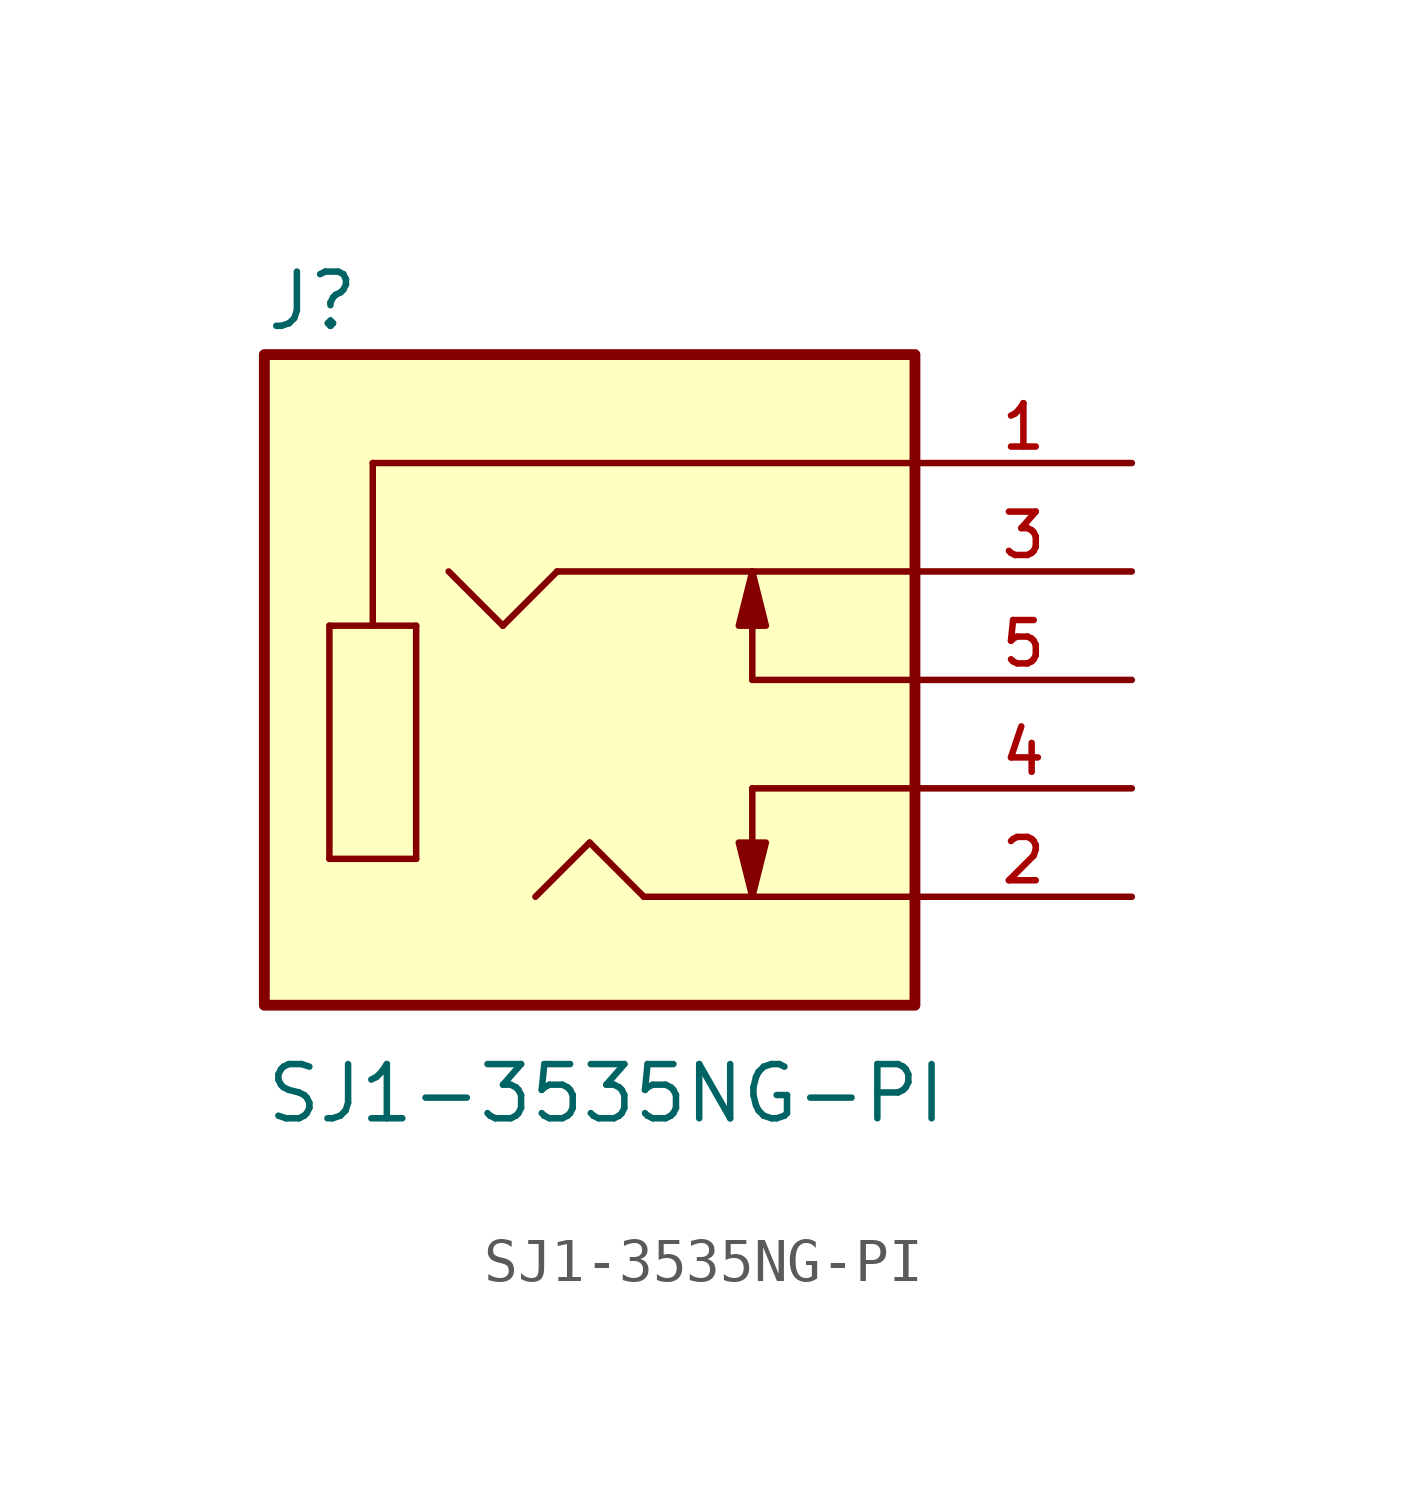
<source format=kicad_sym>
(kicad_symbol_lib
  (version 20211014)
  (generator kicad_symbol_editor)
  (symbol "SJ1-3535NG-PI"
    (pin_names
      (offset 1.016))
    (property "Reference" "J"
      (at -7.623 8.131 0)
      (effects (font (size 1.27 1.27)) (justify bottom left)))
    (property "Value" "SJ1-3535NG-PI"
      (at -7.633 -10.432 0)
      (effects (font (size 1.27 1.27)) (justify bottom left)))
    (symbol "SJ1-3535NG-PI_0_0"
      (polyline (pts (xy 7.62 5.08) (xy -5.08 5.08)) (stroke (width 0.152)))
      (polyline (pts (xy -5.08 5.08) (xy -5.08 1.27)) (stroke (width 0.152)))
      (polyline (pts (xy -5.08 1.27) (xy -4.064 1.27)) (stroke (width 0.152)))
      (polyline (pts (xy -4.064 1.27) (xy -4.064 -4.191)) (stroke (width 0.152)))
      (polyline (pts (xy -4.064 -4.191) (xy -6.096 -4.191)) (stroke (width 0.152)))
      (polyline (pts (xy -6.096 -4.191) (xy -6.096 1.27)) (stroke (width 0.152)))
      (polyline (pts (xy -6.096 1.27) (xy -5.08 1.27)) (stroke (width 0.152)))
      (polyline (pts (xy 7.62 2.54) (xy 3.81 2.54)) (stroke (width 0.152)))
      (polyline (pts (xy 3.81 2.54) (xy -0.762 2.54)) (stroke (width 0.152)))
      (polyline (pts (xy -0.762 2.54) (xy -2.032 1.27)) (stroke (width 0.152)))
      (polyline (pts (xy -2.032 1.27) (xy -3.302 2.54)) (stroke (width 0.152)))
      (polyline (pts (xy 7.62 -5.08) (xy 3.81 -5.08)) (stroke (width 0.152)))
      (polyline (pts (xy 3.81 -5.08) (xy 1.27 -5.08)) (stroke (width 0.152)))
      (polyline (pts (xy 1.27 -5.08) (xy 0.0 -3.81)) (stroke (width 0.152)))
      (polyline (pts (xy 0.0 -3.81) (xy -1.27 -5.08)) (stroke (width 0.152)))
      (polyline (pts (xy 7.62 0.0) (xy 3.81 0.0)) (stroke (width 0.152)))
      (polyline (pts (xy 3.81 0.0) (xy 3.81 2.54)) (stroke (width 0.152)))
      (polyline (pts (xy 3.81 -5.08) (xy 3.81 -2.54)) (stroke (width 0.152)))
      (polyline (pts (xy 7.62 -2.54) (xy 3.81 -2.54)) (stroke (width 0.152)))
      (polyline (pts (xy 3.81 -5.08) (xy 3.493 -3.81) (xy 4.128 -3.81) (xy 3.81 -5.08)) (stroke (width 0.152)) (fill (type outline)))
      (polyline (pts (xy 3.81 2.54) (xy 4.128 1.27) (xy 3.493 1.27) (xy 3.81 2.54)) (stroke (width 0.152)) (fill (type outline)))
      (rectangle (start -7.62 -7.62) (end 7.62 7.62) (stroke (width 0.254)) (fill (type background)))
      (pin passive line (at 12.7 5.08 180.0) (length 5.08) (name "~" (effects (font (size 1.016 1.016)))) (number "1" (effects (font (size 1.016 1.016)))))
      (pin passive line (at 12.7 -5.08 180.0) (length 5.08) (name "~" (effects (font (size 1.016 1.016)))) (number "2" (effects (font (size 1.016 1.016)))))
      (pin passive line (at 12.7 2.54 180.0) (length 5.08) (name "~" (effects (font (size 1.016 1.016)))) (number "3" (effects (font (size 1.016 1.016)))))
      (pin passive line (at 12.7 -2.54 180.0) (length 5.08) (name "~" (effects (font (size 1.016 1.016)))) (number "4" (effects (font (size 1.016 1.016)))))
      (pin passive line (at 12.7 0.0 180.0) (length 5.08) (name "~" (effects (font (size 1.016 1.016)))) (number "5" (effects (font (size 1.016 1.016))))))))
</source>
